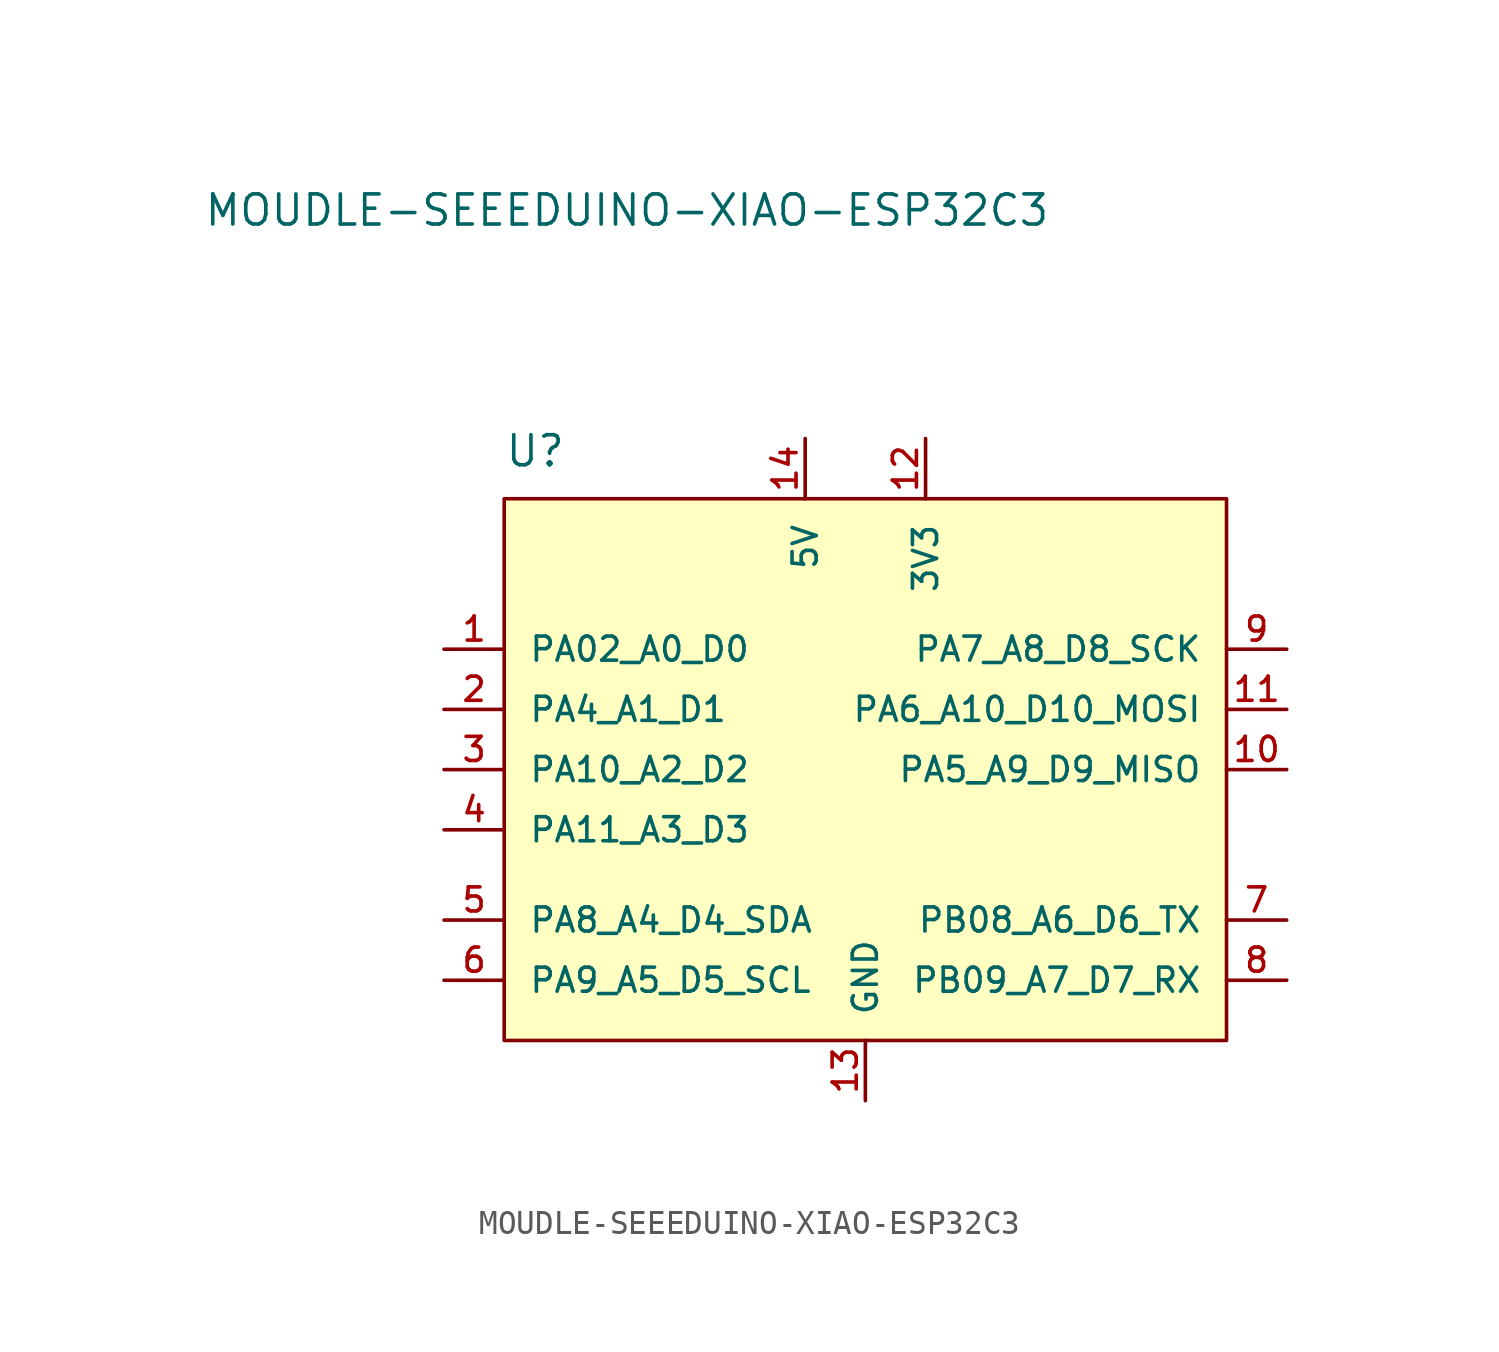
<source format=kicad_sym>
(kicad_symbol_lib
  (version 20220914)
  (generator kicad_symbol_editor)
  (symbol "MOUDLE-SEEEDUINO-XIAO-ESP32C3"
    (pin_names
      (offset 1.016))
    (property "Reference" "U"
      (at -15.24 10.16 0)
      (effects (font (size 1.27 1.27)) (justify left bottom)))
    (property "Value" "MOUDLE-SEEEDUINO-XIAO-ESP32C3"
      (at -27.94 20.32 0)
      (effects (font (size 1.27 1.27)) (justify left bottom)))
    (symbol "MOUDLE-SEEEDUINO-XIAO-ESP32C3_0_0"
      (pin bidirectional line (at -17.78 2.54 0) (length 2.54) (name "PA02_A0_D0" (effects (font (size 1.016 1.016)))) (number "1" (effects (font (size 1.016 1.016)))))
      (pin bidirectional line (at 17.78 -2.54 180) (length 2.54) (name "PA5_A9_D9_MISO" (effects (font (size 1.016 1.016)))) (number "10" (effects (font (size 1.016 1.016)))))
      (pin bidirectional line (at 17.78 0 180) (length 2.54) (name "PA6_A10_D10_MOSI" (effects (font (size 1.016 1.016)))) (number "11" (effects (font (size 1.016 1.016)))))
      (pin bidirectional line (at 2.54 11.43 270) (length 2.54) (name "3V3" (effects (font (size 1.016 1.016)))) (number "12" (effects (font (size 1.016 1.016)))))
      (pin bidirectional line (at 0 -16.51 90) (length 2.54) (name "GND" (effects (font (size 1.016 1.016)))) (number "13" (effects (font (size 1.016 1.016)))))
      (pin bidirectional line (at -2.54 11.43 270) (length 2.54) (name "5V" (effects (font (size 1.016 1.016)))) (number "14" (effects (font (size 1.016 1.016)))))
      (pin bidirectional line (at -17.78 0 0) (length 2.54) (name "PA4_A1_D1" (effects (font (size 1.016 1.016)))) (number "2" (effects (font (size 1.016 1.016)))))
      (pin bidirectional line (at -17.78 -2.54 0) (length 2.54) (name "PA10_A2_D2" (effects (font (size 1.016 1.016)))) (number "3" (effects (font (size 1.016 1.016)))))
      (pin bidirectional line (at -17.78 -5.08 0) (length 2.54) (name "PA11_A3_D3" (effects (font (size 1.016 1.016)))) (number "4" (effects (font (size 1.016 1.016)))))
      (pin bidirectional line (at -17.78 -8.89 0) (length 2.54) (name "PA8_A4_D4_SDA" (effects (font (size 1.016 1.016)))) (number "5" (effects (font (size 1.016 1.016)))))
      (pin bidirectional line (at -17.78 -11.43 0) (length 2.54) (name "PA9_A5_D5_SCL" (effects (font (size 1.016 1.016)))) (number "6" (effects (font (size 1.016 1.016)))))
      (pin bidirectional line (at 17.78 -8.89 180) (length 2.54) (name "PB08_A6_D6_TX" (effects (font (size 1.016 1.016)))) (number "7" (effects (font (size 1.016 1.016)))))
      (pin bidirectional line (at 17.78 -11.43 180) (length 2.54) (name "PB09_A7_D7_RX" (effects (font (size 1.016 1.016)))) (number "8" (effects (font (size 1.016 1.016)))))
      (pin bidirectional line (at 17.78 2.54 180) (length 2.54) (name "PA7_A8_D8_SCK" (effects (font (size 1.016 1.016)))) (number "9" (effects (font (size 1.016 1.016))))))
    (symbol "MOUDLE-SEEEDUINO-XIAO-ESP32C3_1_1"
      (rectangle (start -15.24 8.89) (end 15.24 -13.97) (stroke (width 0) (type default)) (fill (type background))))))
</source>
